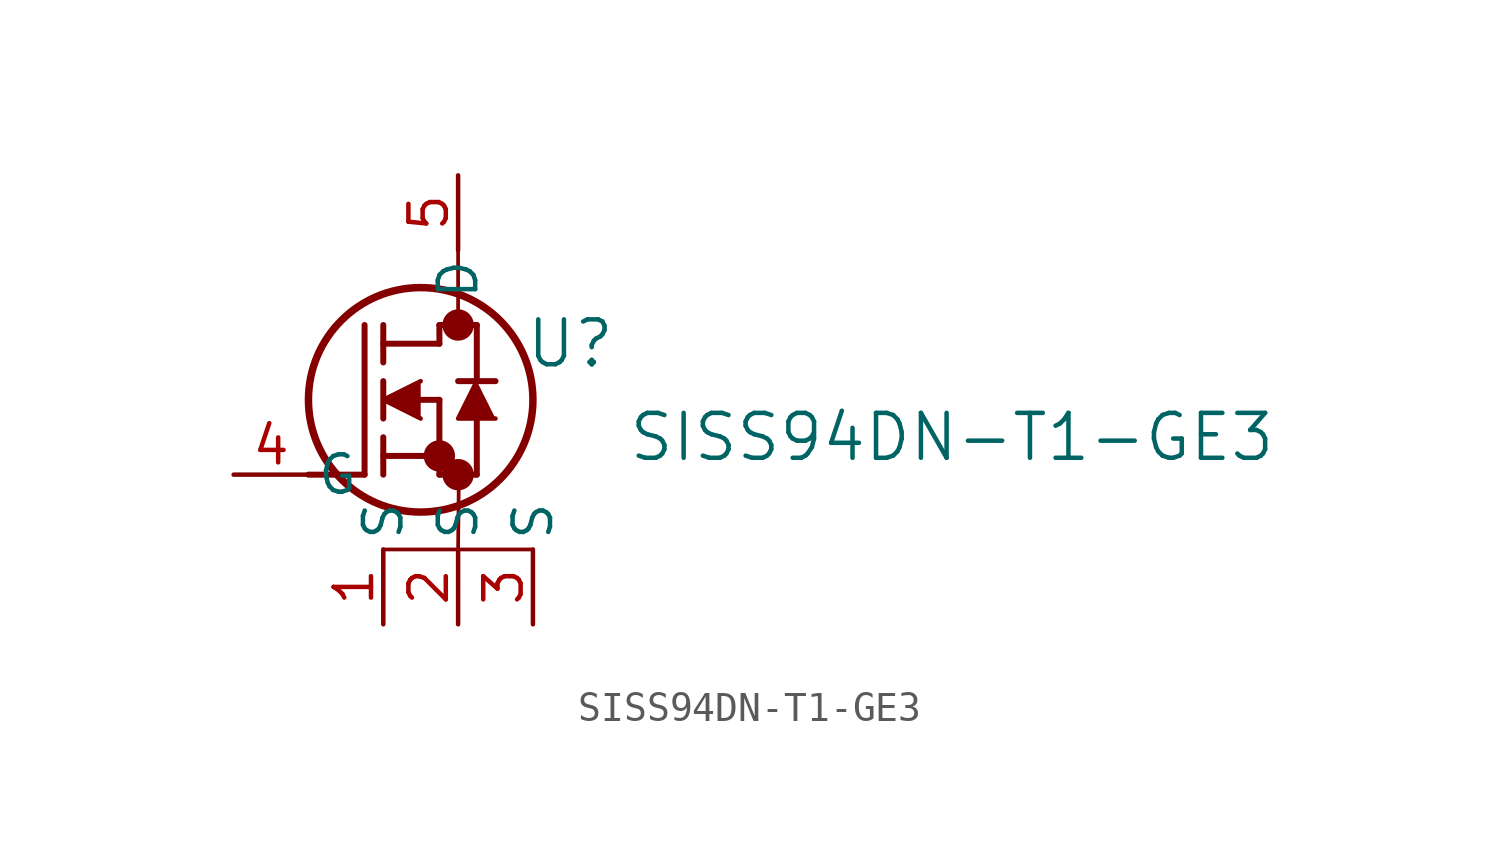
<source format=kicad_sym>
(kicad_symbol_lib
  (version 20231120)
  (generator "kicad_symbol_editor")
  (generator_version "8.0")
  (symbol "SISS94DN-T1-GE3"
    (pin_names
      (offset 0.254))
    (property "Reference" "U"
      (at 11.43 4.445 0)
      (effects (font (size 1.524 1.524))))
    (property "Value" "SISS94DN-T1-GE3"
      (at 24.384 1.27 0)
      (effects (font (size 1.524 1.524))))
    (property "ki_locked" ""
      (at 0 0 0)
      (effects (font (size 1.27 1.27))))
    (symbol "SISS94DN-T1-GE3_0_1"
      (polyline (pts (xy 2.54 0) (xy 4.445 0)) (stroke (width 0.203) (type default)) (fill (type none)))
      (polyline (pts (xy 4.445 0) (xy 4.445 5.08)) (stroke (width 0.203) (type default)) (fill (type none)))
      (polyline (pts (xy 5.08 -2.54) (xy 10.16 -2.54)) (stroke (width 0.127) (type default)) (fill (type none)))
      (polyline (pts (xy 5.08 0) (xy 5.08 1.27)) (stroke (width 0.203) (type default)) (fill (type none)))
      (polyline (pts (xy 5.08 0.635) (xy 6.985 0.635)) (stroke (width 0.203) (type default)) (fill (type none)))
      (polyline (pts (xy 5.08 1.905) (xy 5.08 3.175)) (stroke (width 0.203) (type default)) (fill (type none)))
      (polyline (pts (xy 5.08 3.81) (xy 5.08 5.08)) (stroke (width 0.203) (type default)) (fill (type none)))
      (polyline (pts (xy 5.08 4.445) (xy 6.985 4.445)) (stroke (width 0.203) (type default)) (fill (type none)))
      (polyline (pts (xy 6.35 2.54) (xy 6.985 2.54)) (stroke (width 0.203) (type default)) (fill (type none)))
      (polyline (pts (xy 6.985 0) (xy 6.985 2.54)) (stroke (width 0.203) (type default)) (fill (type none)))
      (polyline (pts (xy 6.985 0) (xy 8.255 0)) (stroke (width 0.203) (type default)) (fill (type none)))
      (polyline (pts (xy 6.985 4.445) (xy 6.985 5.08)) (stroke (width 0.203) (type default)) (fill (type none)))
      (polyline (pts (xy 6.985 5.08) (xy 8.255 5.08)) (stroke (width 0.203) (type default)) (fill (type none)))
      (polyline (pts (xy 7.62 -2.54) (xy 7.645 0)) (stroke (width 0.127) (type default)) (fill (type none)))
      (polyline (pts (xy 7.62 7.62) (xy 7.62 5.08)) (stroke (width 0.127) (type default)) (fill (type none)))
      (polyline (pts (xy 8.255 0) (xy 8.255 1.905)) (stroke (width 0.203) (type default)) (fill (type none)))
      (polyline (pts (xy 8.255 3.175) (xy 8.255 5.08)) (stroke (width 0.203) (type default)) (fill (type none)))
      (polyline (pts (xy 8.89 3.175) (xy 7.62 3.175)) (stroke (width 0.203) (type default)) (fill (type none)))
      (polyline (pts (xy 6.35 3.175) (xy 5.08 2.54) (xy 6.35 1.905)) (stroke (width 0) (type default)) (fill (type outline)))
      (polyline (pts (xy 8.89 1.905) (xy 7.62 1.905) (xy 8.255 3.175)) (stroke (width 0) (type default)) (fill (type outline)))
      (circle (center 6.35 2.54) (radius 3.81) (stroke (width 0.254) (type default)) (fill (type none)))
      (circle (center 6.985 0.635) (radius 0.025) (stroke (width 0.508) (type default)) (fill (type none)))
      (circle (center 7.62 0) (radius 0.025) (stroke (width 0.508) (type default)) (fill (type none)))
      (circle (center 7.62 5.08) (radius 0.025) (stroke (width 0.508) (type default)) (fill (type none)))
      (pin passive line (at 5.08 -5.08 90) (length 2.54) (name "S" (effects (font (size 1.27 1.27)))) (number "1" (effects (font (size 1.27 1.27)))))
      (pin passive line (at 7.62 -5.08 90) (length 2.54) (name "S" (effects (font (size 1.27 1.27)))) (number "2" (effects (font (size 1.27 1.27)))))
      (pin passive line (at 10.16 -5.08 90) (length 2.54) (name "S" (effects (font (size 1.27 1.27)))) (number "3" (effects (font (size 1.27 1.27)))))
      (pin input line (at 0 0 0) (length 2.54) (name "G" (effects (font (size 1.27 1.27)))) (number "4" (effects (font (size 1.27 1.27)))))
      (pin passive line (at 7.62 10.16 270) (length 2.54) (name "D" (effects (font (size 1.27 1.27)))) (number "5" (effects (font (size 1.27 1.27))))))))
</source>
